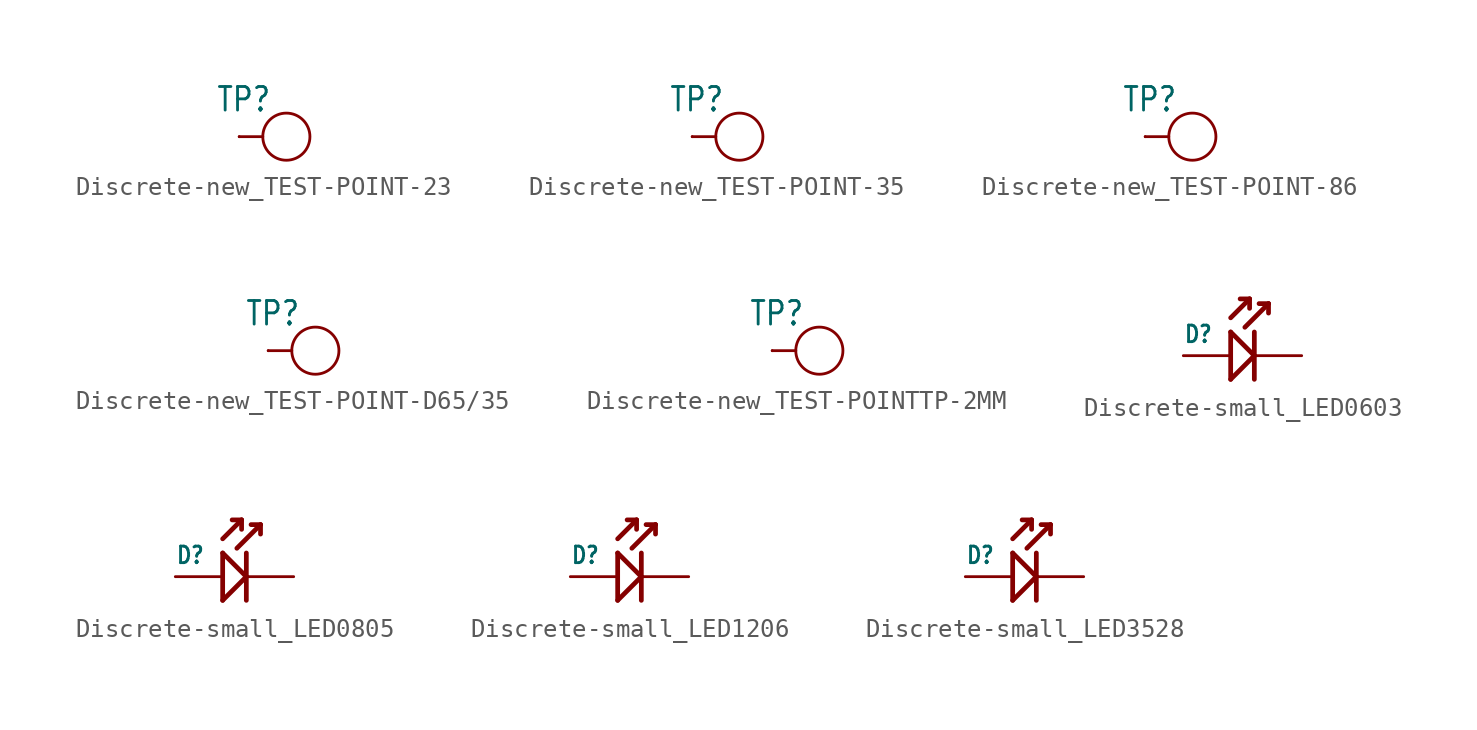
<source format=kicad_sym>
(kicad_symbol_lib
  (version 20231120)
  (generator "kicad_symbol_editor")
  (generator_version "8.0")
  (symbol "Discrete-new_TEST-POINT-23"
    (property "Reference" "TP"
      (at -3.81 1.27 0)
      (effects (font (size 1.27 1.079)) (justify left bottom)))
    (property "ki_locked" ""
      (at 0 0 0)
      (effects (font (size 1.27 1.27))))
    (symbol "Discrete-new_TEST-POINT-23_1_0"
      (polyline (pts (xy -2.54 0) (xy -1.27 0)) (stroke (width 0.152) (type solid)) (fill (type none)))
      (circle (center 0 0) (radius 1.27) (stroke (width 0.152) (type solid)) (fill (type none)))
      (pin bidirectional line (at -2.54 0 0) (length 0) (name "T" (effects (font (size 0 0)))) (number "T" (effects (font (size 0 0)))))))
  (symbol "Discrete-new_TEST-POINT-35"
    (property "Reference" "TP"
      (at -3.81 1.27 0)
      (effects (font (size 1.27 1.079)) (justify left bottom)))
    (property "ki_locked" ""
      (at 0 0 0)
      (effects (font (size 1.27 1.27))))
    (symbol "Discrete-new_TEST-POINT-35_1_0"
      (polyline (pts (xy -2.54 0) (xy -1.27 0)) (stroke (width 0.152) (type solid)) (fill (type none)))
      (circle (center 0 0) (radius 1.27) (stroke (width 0.152) (type solid)) (fill (type none)))
      (pin bidirectional line (at -2.54 0 0) (length 0) (name "T" (effects (font (size 0 0)))) (number "T" (effects (font (size 0 0)))))))
  (symbol "Discrete-new_TEST-POINT-86"
    (property "Reference" "TP"
      (at -3.81 1.27 0)
      (effects (font (size 1.27 1.079)) (justify left bottom)))
    (property "ki_locked" ""
      (at 0 0 0)
      (effects (font (size 1.27 1.27))))
    (symbol "Discrete-new_TEST-POINT-86_1_0"
      (polyline (pts (xy -2.54 0) (xy -1.27 0)) (stroke (width 0.152) (type solid)) (fill (type none)))
      (circle (center 0 0) (radius 1.27) (stroke (width 0.152) (type solid)) (fill (type none)))
      (pin bidirectional line (at -2.54 0 0) (length 0) (name "T" (effects (font (size 0 0)))) (number "T" (effects (font (size 0 0)))))))
  (symbol "Discrete-new_TEST-POINT-D65/35"
    (property "Reference" "TP"
      (at -3.81 1.27 0)
      (effects (font (size 1.27 1.079)) (justify left bottom)))
    (property "ki_locked" ""
      (at 0 0 0)
      (effects (font (size 1.27 1.27))))
    (symbol "Discrete-new_TEST-POINT-D65/35_1_0"
      (polyline (pts (xy -2.54 0) (xy -1.27 0)) (stroke (width 0.152) (type solid)) (fill (type none)))
      (circle (center 0 0) (radius 1.27) (stroke (width 0.152) (type solid)) (fill (type none)))
      (pin bidirectional line (at -2.54 0 0) (length 0) (name "T" (effects (font (size 0 0)))) (number "P1" (effects (font (size 0 0)))))))
  (symbol "Discrete-new_TEST-POINTTP-2MM"
    (property "Reference" "TP"
      (at -3.81 1.27 0)
      (effects (font (size 1.27 1.079)) (justify left bottom)))
    (property "ki_locked" ""
      (at 0 0 0)
      (effects (font (size 1.27 1.27))))
    (symbol "Discrete-new_TEST-POINTTP-2MM_1_0"
      (polyline (pts (xy -2.54 0) (xy -1.27 0)) (stroke (width 0.152) (type solid)) (fill (type none)))
      (circle (center 0 0) (radius 1.27) (stroke (width 0.152) (type solid)) (fill (type none)))
      (pin bidirectional line (at -2.54 0 0) (length 0) (name "T" (effects (font (size 0 0)))) (number "T" (effects (font (size 0 0)))))))
  (symbol "Discrete-small_LED0603"
    (property "Reference" "D"
      (at -2.54 0.635 0)
      (effects (font (size 0.889 0.756)) (justify left bottom)))
    (property "Value" ""
      (at 1.27 0.635 0)
      (effects (font (size 0.889 0.756)) (justify left bottom)))
    (property "ki_locked" ""
      (at 0 0 0)
      (effects (font (size 1.27 1.27))))
    (symbol "Discrete-small_LED0603_1_0"
      (polyline (pts (xy 0 -1.27) (xy 0 1.27)) (stroke (width 0.254) (type solid)) (fill (type none)))
      (polyline (pts (xy 0 1.27) (xy 1.27 0)) (stroke (width 0.254) (type solid)) (fill (type none)))
      (polyline (pts (xy 0 2.032) (xy 1.016 3.048)) (stroke (width 0.254) (type solid)) (fill (type none)))
      (polyline (pts (xy 0.762 1.524) (xy 2.032 2.794)) (stroke (width 0.254) (type solid)) (fill (type none)))
      (polyline (pts (xy 1.016 3.048) (xy 0.508 3.048)) (stroke (width 0.254) (type solid)) (fill (type none)))
      (polyline (pts (xy 1.016 3.048) (xy 1.016 2.54)) (stroke (width 0.254) (type solid)) (fill (type none)))
      (polyline (pts (xy 1.27 0) (xy 0 -1.27)) (stroke (width 0.254) (type solid)) (fill (type none)))
      (polyline (pts (xy 1.27 0) (xy 1.27 -1.27)) (stroke (width 0.254) (type solid)) (fill (type none)))
      (polyline (pts (xy 1.27 1.27) (xy 1.27 0)) (stroke (width 0.254) (type solid)) (fill (type none)))
      (polyline (pts (xy 2.032 2.794) (xy 1.524 2.794)) (stroke (width 0.254) (type solid)) (fill (type none)))
      (polyline (pts (xy 2.032 2.794) (xy 2.032 2.286)) (stroke (width 0.254) (type solid)) (fill (type none)))
      (pin passive line (at -2.54 0 0) (length 2.54) (name "+" (effects (font (size 0 0)))) (number "+" (effects (font (size 0 0)))))
      (pin passive line (at 3.81 0 180) (length 2.54) (name "-" (effects (font (size 0 0)))) (number "-" (effects (font (size 0 0)))))))
  (symbol "Discrete-small_LED0805"
    (property "Reference" "D"
      (at -2.54 0.635 0)
      (effects (font (size 0.889 0.756)) (justify left bottom)))
    (property "Value" ""
      (at 1.27 0.635 0)
      (effects (font (size 0.889 0.756)) (justify left bottom)))
    (property "ki_locked" ""
      (at 0 0 0)
      (effects (font (size 1.27 1.27))))
    (symbol "Discrete-small_LED0805_1_0"
      (polyline (pts (xy 0 -1.27) (xy 0 1.27)) (stroke (width 0.254) (type solid)) (fill (type none)))
      (polyline (pts (xy 0 1.27) (xy 1.27 0)) (stroke (width 0.254) (type solid)) (fill (type none)))
      (polyline (pts (xy 0 2.032) (xy 1.016 3.048)) (stroke (width 0.254) (type solid)) (fill (type none)))
      (polyline (pts (xy 0.762 1.524) (xy 2.032 2.794)) (stroke (width 0.254) (type solid)) (fill (type none)))
      (polyline (pts (xy 1.016 3.048) (xy 0.508 3.048)) (stroke (width 0.254) (type solid)) (fill (type none)))
      (polyline (pts (xy 1.016 3.048) (xy 1.016 2.54)) (stroke (width 0.254) (type solid)) (fill (type none)))
      (polyline (pts (xy 1.27 0) (xy 0 -1.27)) (stroke (width 0.254) (type solid)) (fill (type none)))
      (polyline (pts (xy 1.27 0) (xy 1.27 -1.27)) (stroke (width 0.254) (type solid)) (fill (type none)))
      (polyline (pts (xy 1.27 1.27) (xy 1.27 0)) (stroke (width 0.254) (type solid)) (fill (type none)))
      (polyline (pts (xy 2.032 2.794) (xy 1.524 2.794)) (stroke (width 0.254) (type solid)) (fill (type none)))
      (polyline (pts (xy 2.032 2.794) (xy 2.032 2.286)) (stroke (width 0.254) (type solid)) (fill (type none)))
      (pin passive line (at -2.54 0 0) (length 2.54) (name "+" (effects (font (size 0 0)))) (number "+" (effects (font (size 0 0)))))
      (pin passive line (at 3.81 0 180) (length 2.54) (name "-" (effects (font (size 0 0)))) (number "-" (effects (font (size 0 0)))))))
  (symbol "Discrete-small_LED1206"
    (property "Reference" "D"
      (at -2.54 0.635 0)
      (effects (font (size 0.889 0.756)) (justify left bottom)))
    (property "Value" ""
      (at 1.27 0.635 0)
      (effects (font (size 0.889 0.756)) (justify left bottom)))
    (property "ki_locked" ""
      (at 0 0 0)
      (effects (font (size 1.27 1.27))))
    (symbol "Discrete-small_LED1206_1_0"
      (polyline (pts (xy 0 -1.27) (xy 0 1.27)) (stroke (width 0.254) (type solid)) (fill (type none)))
      (polyline (pts (xy 0 1.27) (xy 1.27 0)) (stroke (width 0.254) (type solid)) (fill (type none)))
      (polyline (pts (xy 0 2.032) (xy 1.016 3.048)) (stroke (width 0.254) (type solid)) (fill (type none)))
      (polyline (pts (xy 0.762 1.524) (xy 2.032 2.794)) (stroke (width 0.254) (type solid)) (fill (type none)))
      (polyline (pts (xy 1.016 3.048) (xy 0.508 3.048)) (stroke (width 0.254) (type solid)) (fill (type none)))
      (polyline (pts (xy 1.016 3.048) (xy 1.016 2.54)) (stroke (width 0.254) (type solid)) (fill (type none)))
      (polyline (pts (xy 1.27 0) (xy 0 -1.27)) (stroke (width 0.254) (type solid)) (fill (type none)))
      (polyline (pts (xy 1.27 0) (xy 1.27 -1.27)) (stroke (width 0.254) (type solid)) (fill (type none)))
      (polyline (pts (xy 1.27 1.27) (xy 1.27 0)) (stroke (width 0.254) (type solid)) (fill (type none)))
      (polyline (pts (xy 2.032 2.794) (xy 1.524 2.794)) (stroke (width 0.254) (type solid)) (fill (type none)))
      (polyline (pts (xy 2.032 2.794) (xy 2.032 2.286)) (stroke (width 0.254) (type solid)) (fill (type none)))
      (pin passive line (at -2.54 0 0) (length 2.54) (name "+" (effects (font (size 0 0)))) (number "+" (effects (font (size 0 0)))))
      (pin passive line (at 3.81 0 180) (length 2.54) (name "-" (effects (font (size 0 0)))) (number "-" (effects (font (size 0 0)))))))
  (symbol "Discrete-small_LED3528"
    (property "Reference" "D"
      (at -2.54 0.635 0)
      (effects (font (size 0.889 0.756)) (justify left bottom)))
    (property "Value" ""
      (at 1.27 0.635 0)
      (effects (font (size 0.889 0.756)) (justify left bottom)))
    (property "ki_locked" ""
      (at 0 0 0)
      (effects (font (size 1.27 1.27))))
    (symbol "Discrete-small_LED3528_1_0"
      (polyline (pts (xy 0 -1.27) (xy 0 1.27)) (stroke (width 0.254) (type solid)) (fill (type none)))
      (polyline (pts (xy 0 1.27) (xy 1.27 0)) (stroke (width 0.254) (type solid)) (fill (type none)))
      (polyline (pts (xy 0 2.032) (xy 1.016 3.048)) (stroke (width 0.254) (type solid)) (fill (type none)))
      (polyline (pts (xy 0.762 1.524) (xy 2.032 2.794)) (stroke (width 0.254) (type solid)) (fill (type none)))
      (polyline (pts (xy 1.016 3.048) (xy 0.508 3.048)) (stroke (width 0.254) (type solid)) (fill (type none)))
      (polyline (pts (xy 1.016 3.048) (xy 1.016 2.54)) (stroke (width 0.254) (type solid)) (fill (type none)))
      (polyline (pts (xy 1.27 0) (xy 0 -1.27)) (stroke (width 0.254) (type solid)) (fill (type none)))
      (polyline (pts (xy 1.27 0) (xy 1.27 -1.27)) (stroke (width 0.254) (type solid)) (fill (type none)))
      (polyline (pts (xy 1.27 1.27) (xy 1.27 0)) (stroke (width 0.254) (type solid)) (fill (type none)))
      (polyline (pts (xy 2.032 2.794) (xy 1.524 2.794)) (stroke (width 0.254) (type solid)) (fill (type none)))
      (polyline (pts (xy 2.032 2.794) (xy 2.032 2.286)) (stroke (width 0.254) (type solid)) (fill (type none)))
      (pin passive line (at -2.54 0 0) (length 2.54) (name "+" (effects (font (size 0 0)))) (number "1" (effects (font (size 0 0)))))
      (pin passive line (at 3.81 0 180) (length 2.54) (name "-" (effects (font (size 0 0)))) (number "2" (effects (font (size 0 0))))))))
</source>
